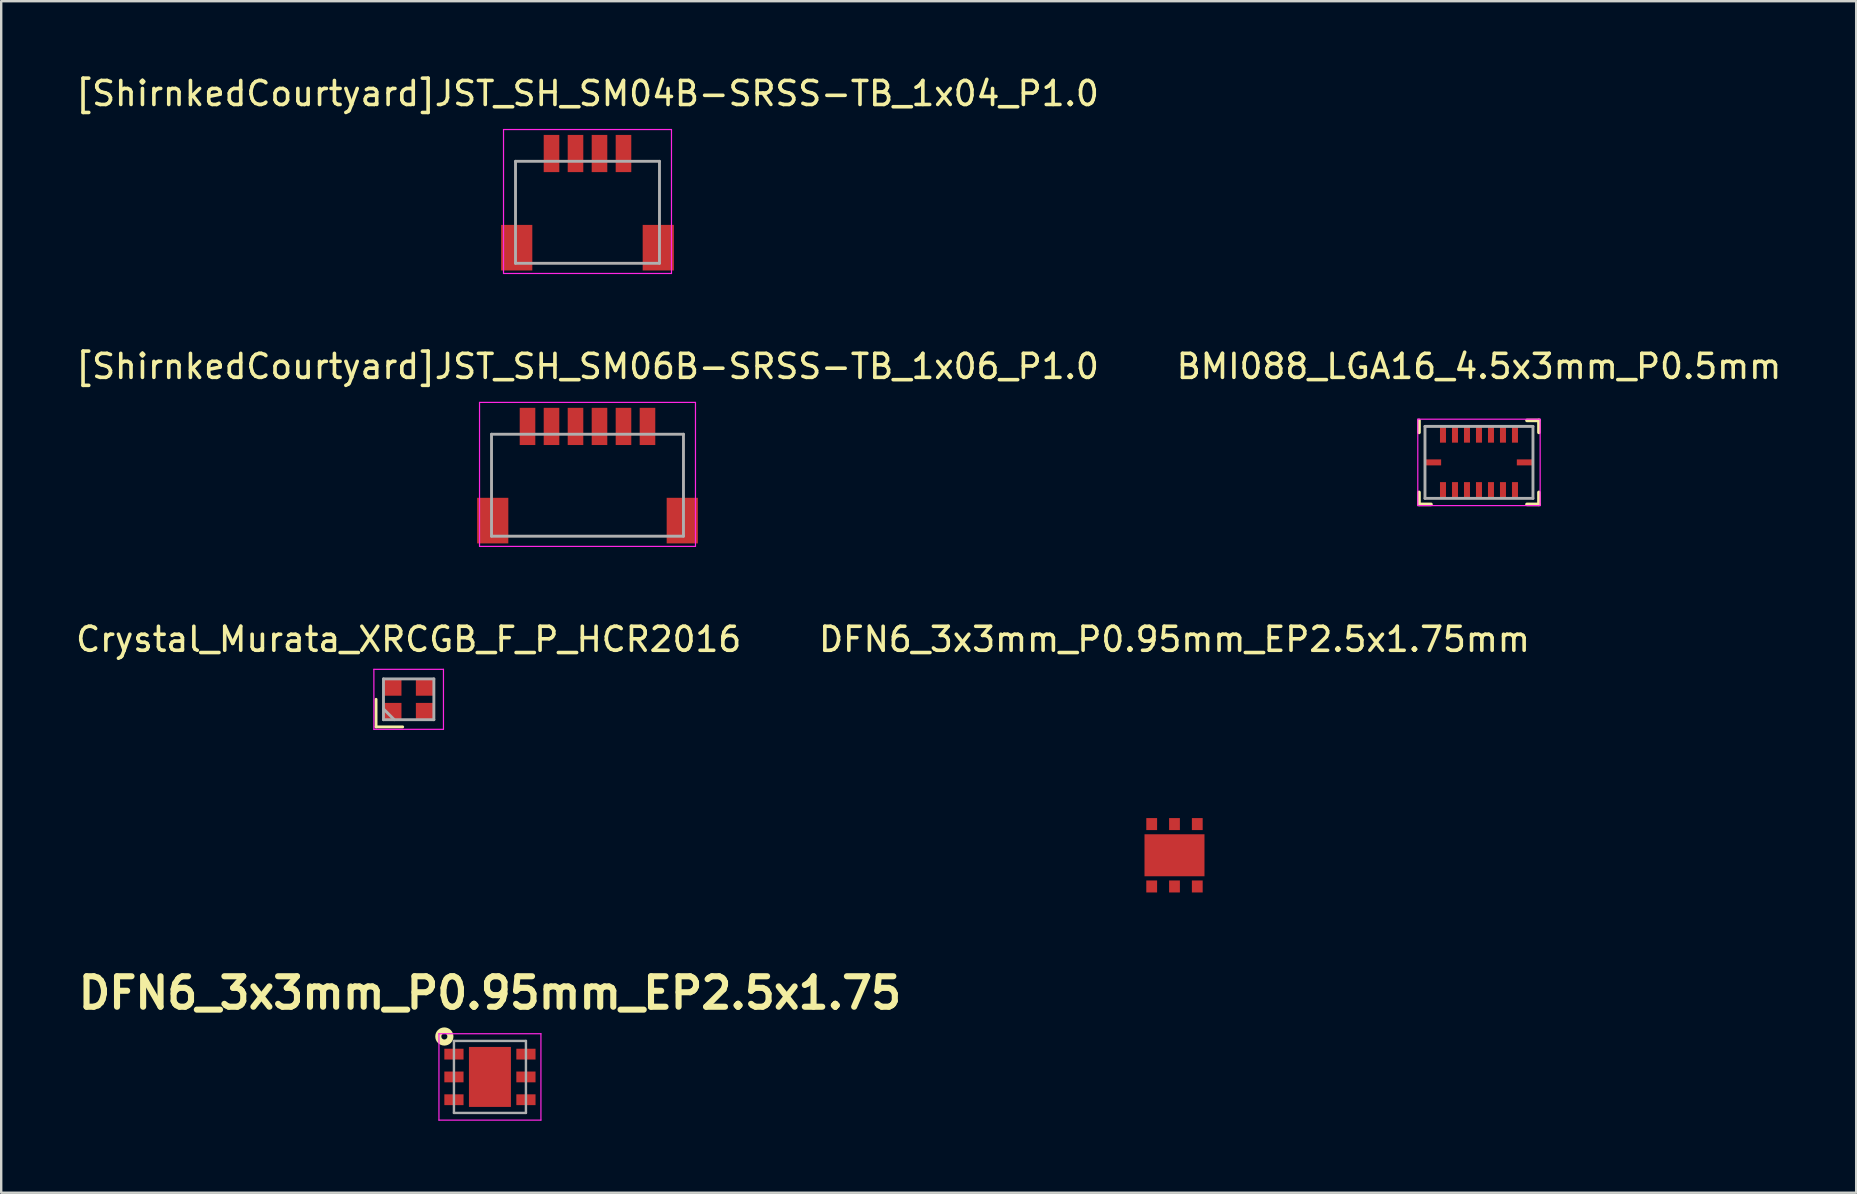
<source format=kicad_pcb>
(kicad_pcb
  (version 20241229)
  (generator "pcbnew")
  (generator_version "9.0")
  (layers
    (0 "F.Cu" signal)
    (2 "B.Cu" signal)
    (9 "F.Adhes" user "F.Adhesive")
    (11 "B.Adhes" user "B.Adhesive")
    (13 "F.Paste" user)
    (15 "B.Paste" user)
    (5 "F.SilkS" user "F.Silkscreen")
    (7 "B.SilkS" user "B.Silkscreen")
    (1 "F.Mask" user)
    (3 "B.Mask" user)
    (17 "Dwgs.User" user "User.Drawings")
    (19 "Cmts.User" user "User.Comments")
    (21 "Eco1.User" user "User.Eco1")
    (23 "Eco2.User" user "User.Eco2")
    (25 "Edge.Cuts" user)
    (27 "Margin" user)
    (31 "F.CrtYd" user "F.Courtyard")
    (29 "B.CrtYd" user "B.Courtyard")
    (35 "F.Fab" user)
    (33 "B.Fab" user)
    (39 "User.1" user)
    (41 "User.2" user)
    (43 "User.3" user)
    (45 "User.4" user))
  (footprint "Crystal_Murata_XRCGB_F_P_HCR2016"
    (layer "F.Cu")
    (at 13.982 26.095)
    (property "Reference" "Crystal_Murata_XRCGB_F_P_HCR2016" (at 0 -2.5 0) (layer "F.SilkS") (effects (font (size 1 1) (thickness 0.15))))
    (attr through_hole)
    (fp_line (start -1.36 1.15) (end -1.36 0) (stroke (width 0.12) (type solid)) (layer "F.SilkS"))
    (fp_line (start -1.36 1.15) (end -0.25 1.15) (stroke (width 0.12) (type solid)) (layer "F.SilkS"))
    (fp_line (start -1.45 -1.25) (end -1.45 1.25) (stroke (width 0.05) (type solid)) (layer "F.CrtYd"))
    (fp_line (start -1.45 -1.25) (end 1.45 -1.25) (stroke (width 0.05) (type solid)) (layer "F.CrtYd"))
    (fp_line (start -1.45 1.25) (end 1.45 1.25) (stroke (width 0.05) (type solid)) (layer "F.CrtYd"))
    (fp_line (start 1.45 -1.25) (end 1.45 1.25) (stroke (width 0.05) (type solid)) (layer "F.CrtYd"))
    (fp_line (start -1.05 -0.85) (end 1.05 -0.85) (stroke (width 0.12) (type solid)) (layer "F.Fab"))
    (fp_line (start -1.05 0.4) (end -0.6 0.85) (stroke (width 0.12) (type solid)) (layer "F.Fab"))
    (fp_line (start -1.05 0.85) (end -1.05 -0.85) (stroke (width 0.12) (type solid)) (layer "F.Fab"))
    (fp_line (start 1.05 -0.85) (end 1.05 0.85) (stroke (width 0.12) (type solid)) (layer "F.Fab"))
    (fp_line (start 1.05 0.85) (end -1.05 0.85) (stroke (width 0.12) (type solid)) (layer "F.Fab"))
    (pad "1" smd rect (at -0.675 0.5) (size 0.75 0.7) (layers "F.Cu" "F.Mask" "F.Paste"))
    (pad "2" smd rect (at 0.675 0.5) (size 0.75 0.7) (layers "F.Cu" "F.Mask" "F.Paste"))
    (pad "3" smd rect (at 0.675 -0.5) (size 0.75 0.7) (layers "F.Cu" "F.Mask" "F.Paste"))
    (pad "4" smd rect (at -0.675 -0.5) (size 0.75 0.7) (layers "F.Cu" "F.Mask" "F.Paste")))
  (footprint "[ShirnkedCourtyard]JST_SH_SM06B-SRSS-TB_1x06_P1.0"
    (layer "F.Cu")
    (at 21.435 14.722)
    (property "Reference" "[ShirnkedCourtyard]JST_SH_SM06B-SRSS-TB_1x06_P1.0" (at 0 -2.5 0) (layer "F.SilkS") (effects (font (size 1 1) (thickness 0.15))))
    (attr through_hole)
    (fp_line (start -4.5 -1) (end -4.5 5) (stroke (width 0.05) (type solid)) (layer "F.CrtYd"))
    (fp_line (start -4.5 5) (end 4.5 5) (stroke (width 0.05) (type solid)) (layer "F.CrtYd"))
    (fp_line (start 4.5 -1) (end -4.5 -1) (stroke (width 0.05) (type solid)) (layer "F.CrtYd"))
    (fp_line (start 4.5 5) (end 4.5 -1) (stroke (width 0.05) (type solid)) (layer "F.CrtYd"))
    (fp_line (start -4 0.325) (end 4 0.325) (stroke (width 0.12) (type solid)) (layer "F.Fab"))
    (fp_line (start -4 4.575) (end -4 0.325) (stroke (width 0.12) (type solid)) (layer "F.Fab"))
    (fp_line (start 4 4.575) (end -4 4.575) (stroke (width 0.12) (type solid)) (layer "F.Fab"))
    (fp_line (start 4 4.575) (end 4 0.325) (stroke (width 0.12) (type solid)) (layer "F.Fab"))
    (pad "" smd rect (at -3.95 3.925) (size 1.3 1.9) (layers "F.Cu" "F.Mask" "F.Paste"))
    (pad "" smd rect (at 3.95 3.925) (size 1.3 1.9) (layers "F.Cu" "F.Mask" "F.Paste"))
    (pad "1" smd rect (at -2.5 0) (size 0.65 1.55) (layers "F.Cu" "F.Mask" "F.Paste"))
    (pad "2" smd rect (at -1.5 0) (size 0.65 1.55) (layers "F.Cu" "F.Mask" "F.Paste"))
    (pad "3" smd rect (at -0.5 0) (size 0.65 1.55) (layers "F.Cu" "F.Mask" "F.Paste"))
    (pad "4" smd rect (at 0.5 0) (size 0.65 1.55) (layers "F.Cu" "F.Mask" "F.Paste"))
    (pad "5" smd rect (at 1.5 0) (size 0.65 1.55) (layers "F.Cu" "F.Mask" "F.Paste"))
    (pad "6" smd rect (at 2.5 0) (size 0.65 1.55) (layers "F.Cu" "F.Mask" "F.Paste")))
  (footprint "[ShirnkedCourtyard]JST_SH_SM04B-SRSS-TB_1x04_P1.0"
    (layer "F.Cu")
    (at 21.435 3.348)
    (property "Reference" "[ShirnkedCourtyard]JST_SH_SM04B-SRSS-TB_1x04_P1.0" (at 0 -2.5 0) (layer "F.SilkS") (effects (font (size 1 1) (thickness 0.15))))
    (attr through_hole)
    (fp_line (start -3.5 -1) (end -3.5 5) (stroke (width 0.05) (type solid)) (layer "F.CrtYd"))
    (fp_line (start -3.5 5) (end 3.5 5) (stroke (width 0.05) (type solid)) (layer "F.CrtYd"))
    (fp_line (start 3.5 -1) (end -3.5 -1) (stroke (width 0.05) (type solid)) (layer "F.CrtYd"))
    (fp_line (start 3.5 5) (end 3.5 -1) (stroke (width 0.05) (type solid)) (layer "F.CrtYd"))
    (fp_line (start -3 0.325) (end 3 0.325) (stroke (width 0.12) (type solid)) (layer "F.Fab"))
    (fp_line (start -3 4.575) (end -3 0.325) (stroke (width 0.12) (type solid)) (layer "F.Fab"))
    (fp_line (start 3 4.575) (end -3 4.575) (stroke (width 0.12) (type solid)) (layer "F.Fab"))
    (fp_line (start 3 4.575) (end 3 0.325) (stroke (width 0.12) (type solid)) (layer "F.Fab"))
    (pad "" smd rect (at -2.95 3.925) (size 1.3 1.9) (layers "F.Cu" "F.Mask" "F.Paste"))
    (pad "" smd rect (at 2.95 3.925) (size 1.3 1.9) (layers "F.Cu" "F.Mask" "F.Paste"))
    (pad "1" smd rect (at -1.5 0) (size 0.65 1.55) (layers "F.Cu" "F.Mask" "F.Paste"))
    (pad "2" smd rect (at -0.5 0) (size 0.65 1.55) (layers "F.Cu" "F.Mask" "F.Paste"))
    (pad "3" smd rect (at 0.5 0) (size 0.65 1.55) (layers "F.Cu" "F.Mask" "F.Paste"))
    (pad "4" smd rect (at 1.5 0) (size 0.65 1.55) (layers "F.Cu" "F.Mask" "F.Paste")))
  (footprint "DFN6_3x3mm_P0.95mm_EP2.5x1.75mm"
    (layer "F.Cu")
    (at 45.899 32.595)
    (property "Reference" "DFN6_3x3mm_P0.95mm_EP2.5x1.75mm" (at 0 -9 0) (layer "F.SilkS") (effects (font (size 1 1) (thickness 0.15))))
    (attr through_hole)
    (pad "1" smd rect (at -0.95 1.3) (size 0.45 0.5) (layers "F.Cu" "F.Mask"))
    (pad "2" smd rect (at 0 1.3) (size 0.45 0.5) (layers "F.Cu" "F.Mask"))
    (pad "3" smd rect (at 0.95 1.3) (size 0.45 0.5) (layers "F.Cu" "F.Mask"))
    (pad "4" smd rect (at 0.95 -1.3) (size 0.45 0.5) (layers "F.Cu" "F.Mask"))
    (pad "5" smd rect (at 0 -1.3) (size 0.45 0.5) (layers "F.Cu" "F.Mask"))
    (pad "6" smd rect (at -0.95 -1.3) (size 0.45 0.5) (layers "F.Cu" "F.Mask"))
    (pad "7" smd rect (at 0 0) (size 2.5 1.75) (layers "F.Cu" "F.Mask")))
  (footprint "DFN6_3x3mm_P0.95mm_EP2.5x1.75"
    (layer "F.Cu")
    (at 17.369 41.833)
    (property "Reference" "DFN6_3x3mm_P0.95mm_EP2.5x1.75" (at 0 -3.5 0) (layer "F.SilkS") (effects (font (size 1.27 1.27) (thickness 0.254))))
    (attr smd)
    (fp_circle (center -1.9 -1.685) (end -1.775 -1.685) (stroke (width 0.254) (type solid)) (fill no) (layer "F.SilkS"))
    (fp_line (start -2.125 -1.8) (end 2.125 -1.8) (stroke (width 0.05) (type solid)) (layer "F.CrtYd"))
    (fp_line (start -2.125 1.8) (end -2.125 -1.8) (stroke (width 0.05) (type solid)) (layer "F.CrtYd"))
    (fp_line (start 2.125 -1.8) (end 2.125 1.8) (stroke (width 0.05) (type solid)) (layer "F.CrtYd"))
    (fp_line (start 2.125 1.8) (end -2.125 1.8) (stroke (width 0.05) (type solid)) (layer "F.CrtYd"))
    (fp_line (start -1.5 -1.5) (end 1.5 -1.5) (stroke (width 0.1) (type solid)) (layer "F.Fab"))
    (fp_line (start -1.5 1.5) (end -1.5 -1.5) (stroke (width 0.1) (type solid)) (layer "F.Fab"))
    (fp_line (start 1.5 -1.5) (end 1.5 1.5) (stroke (width 0.1) (type solid)) (layer "F.Fab"))
    (fp_line (start 1.5 1.5) (end -1.5 1.5) (stroke (width 0.1) (type solid)) (layer "F.Fab"))
    (pad "1" smd rect (at -1.5 -0.95 90) (size 0.45 0.8) (layers "F.Cu" "F.Mask" "F.Paste"))
    (pad "2" smd rect (at -1.5 0 90) (size 0.45 0.8) (layers "F.Cu" "F.Mask" "F.Paste"))
    (pad "3" smd rect (at -1.5 0.95 90) (size 0.45 0.8) (layers "F.Cu" "F.Mask" "F.Paste"))
    (pad "4" smd rect (at 1.5 0.95 90) (size 0.45 0.8) (layers "F.Cu" "F.Mask" "F.Paste"))
    (pad "5" smd rect (at 1.5 0 90) (size 0.45 0.8) (layers "F.Cu" "F.Mask" "F.Paste"))
    (pad "6" smd rect (at 1.5 -0.95 90) (size 0.45 0.8) (layers "F.Cu" "F.Mask" "F.Paste"))
    (pad "7" smd rect (at 0 0) (size 1.75 2.5) (layers "F.Cu" "F.Mask" "F.Paste")))
  (footprint "BMI088_LGA16_4.5x3mm_P0.5mm"
    (layer "F.Cu")
    (at 58.589 16.221)
    (property "Reference" "BMI088_LGA16_4.5x3mm_P0.5mm" (at 0 -4 0) (layer "F.SilkS") (effects (font (size 1 1) (thickness 0.15))))
    (attr through_hole)
    (fp_line (start -2.5 -1.75) (end -2.5 -1.25) (stroke (width 0.15) (type solid)) (layer "F.SilkS"))
    (fp_line (start -2.5 1.75) (end -2.5 1.25) (stroke (width 0.15) (type solid)) (layer "F.SilkS"))
    (fp_line (start -2.5 1.75) (end -2 1.75) (stroke (width 0.15) (type solid)) (layer "F.SilkS"))
    (fp_line (start 2.5 -1.75) (end 2 -1.75) (stroke (width 0.15) (type solid)) (layer "F.SilkS"))
    (fp_line (start 2.5 -1.75) (end 2.5 -1.25) (stroke (width 0.15) (type solid)) (layer "F.SilkS"))
    (fp_line (start 2.5 1.75) (end 2 1.75) (stroke (width 0.15) (type solid)) (layer "F.SilkS"))
    (fp_line (start 2.5 1.75) (end 2.5 1.25) (stroke (width 0.15) (type solid)) (layer "F.SilkS"))
    (fp_line (start -2.55 -1.8) (end -2.55 1.8) (stroke (width 0.05) (type solid)) (layer "F.CrtYd"))
    (fp_line (start -2.55 1.8) (end 2.55 1.8) (stroke (width 0.05) (type solid)) (layer "F.CrtYd"))
    (fp_line (start 2.55 -1.8) (end -2.55 -1.8) (stroke (width 0.05) (type solid)) (layer "F.CrtYd"))
    (fp_line (start 2.55 1.8) (end 2.55 -1.8) (stroke (width 0.05) (type solid)) (layer "F.CrtYd"))
    (fp_line (start -2.25 -1.5) (end 2.25 -1.5) (stroke (width 0.12) (type solid)) (layer "F.Fab"))
    (fp_line (start -2.25 1.5) (end -2.25 -1.5) (stroke (width 0.12) (type solid)) (layer "F.Fab"))
    (fp_line (start 2.25 -1.5) (end 2.25 1.5) (stroke (width 0.12) (type solid)) (layer "F.Fab"))
    (fp_line (start 2.25 1.5) (end -2.25 1.5) (stroke (width 0.12) (type solid)) (layer "F.Fab"))
    (pad "1" smd rect (at -1.5 -1.16) (size 0.25 0.675) (layers "F.Cu" "F.Mask" "F.Paste"))
    (pad "2" smd rect (at -1 -1.16) (size 0.25 0.675) (layers "F.Cu" "F.Mask" "F.Paste"))
    (pad "3" smd rect (at -0.5 -1.16) (size 0.25 0.675) (layers "F.Cu" "F.Mask" "F.Paste"))
    (pad "4" smd rect (at 0 -1.16) (size 0.25 0.675) (layers "F.Cu" "F.Mask" "F.Paste"))
    (pad "5" smd rect (at 0.5 -1.16) (size 0.25 0.675) (layers "F.Cu" "F.Mask" "F.Paste"))
    (pad "6" smd rect (at 1 -1.16) (size 0.25 0.675) (layers "F.Cu" "F.Mask" "F.Paste"))
    (pad "7" smd rect (at 1.5 -1.16) (size 0.25 0.675) (layers "F.Cu" "F.Mask" "F.Paste"))
    (pad "8" smd rect (at 1.915 0 90) (size 0.25 0.675) (layers "F.Cu" "F.Mask" "F.Paste"))
    (pad "9" smd rect (at 1.5 1.16) (size 0.25 0.675) (layers "F.Cu" "F.Mask" "F.Paste"))
    (pad "10" smd rect (at 1 1.16) (size 0.25 0.675) (layers "F.Cu" "F.Mask" "F.Paste"))
    (pad "11" smd rect (at 0.5 1.16) (size 0.25 0.675) (layers "F.Cu" "F.Mask" "F.Paste"))
    (pad "12" smd rect (at 0 1.16) (size 0.25 0.675) (layers "F.Cu" "F.Mask" "F.Paste"))
    (pad "13" smd rect (at -0.5 1.16) (size 0.25 0.675) (layers "F.Cu" "F.Mask" "F.Paste"))
    (pad "14" smd rect (at -1 1.16) (size 0.25 0.675) (layers "F.Cu" "F.Mask" "F.Paste"))
    (pad "15" smd rect (at -1.5 1.16) (size 0.25 0.675) (layers "F.Cu" "F.Mask" "F.Paste"))
    (pad "16" smd rect (at -1.915 0 90) (size 0.25 0.675) (layers "F.Cu" "F.Mask" "F.Paste")))
  (gr_rect
    (start -3 -3)
    (end 74.31 46.658)
    (stroke (width 0.1) (type default))
    (fill no)
    (layer "Edge.Cuts")))
</source>
